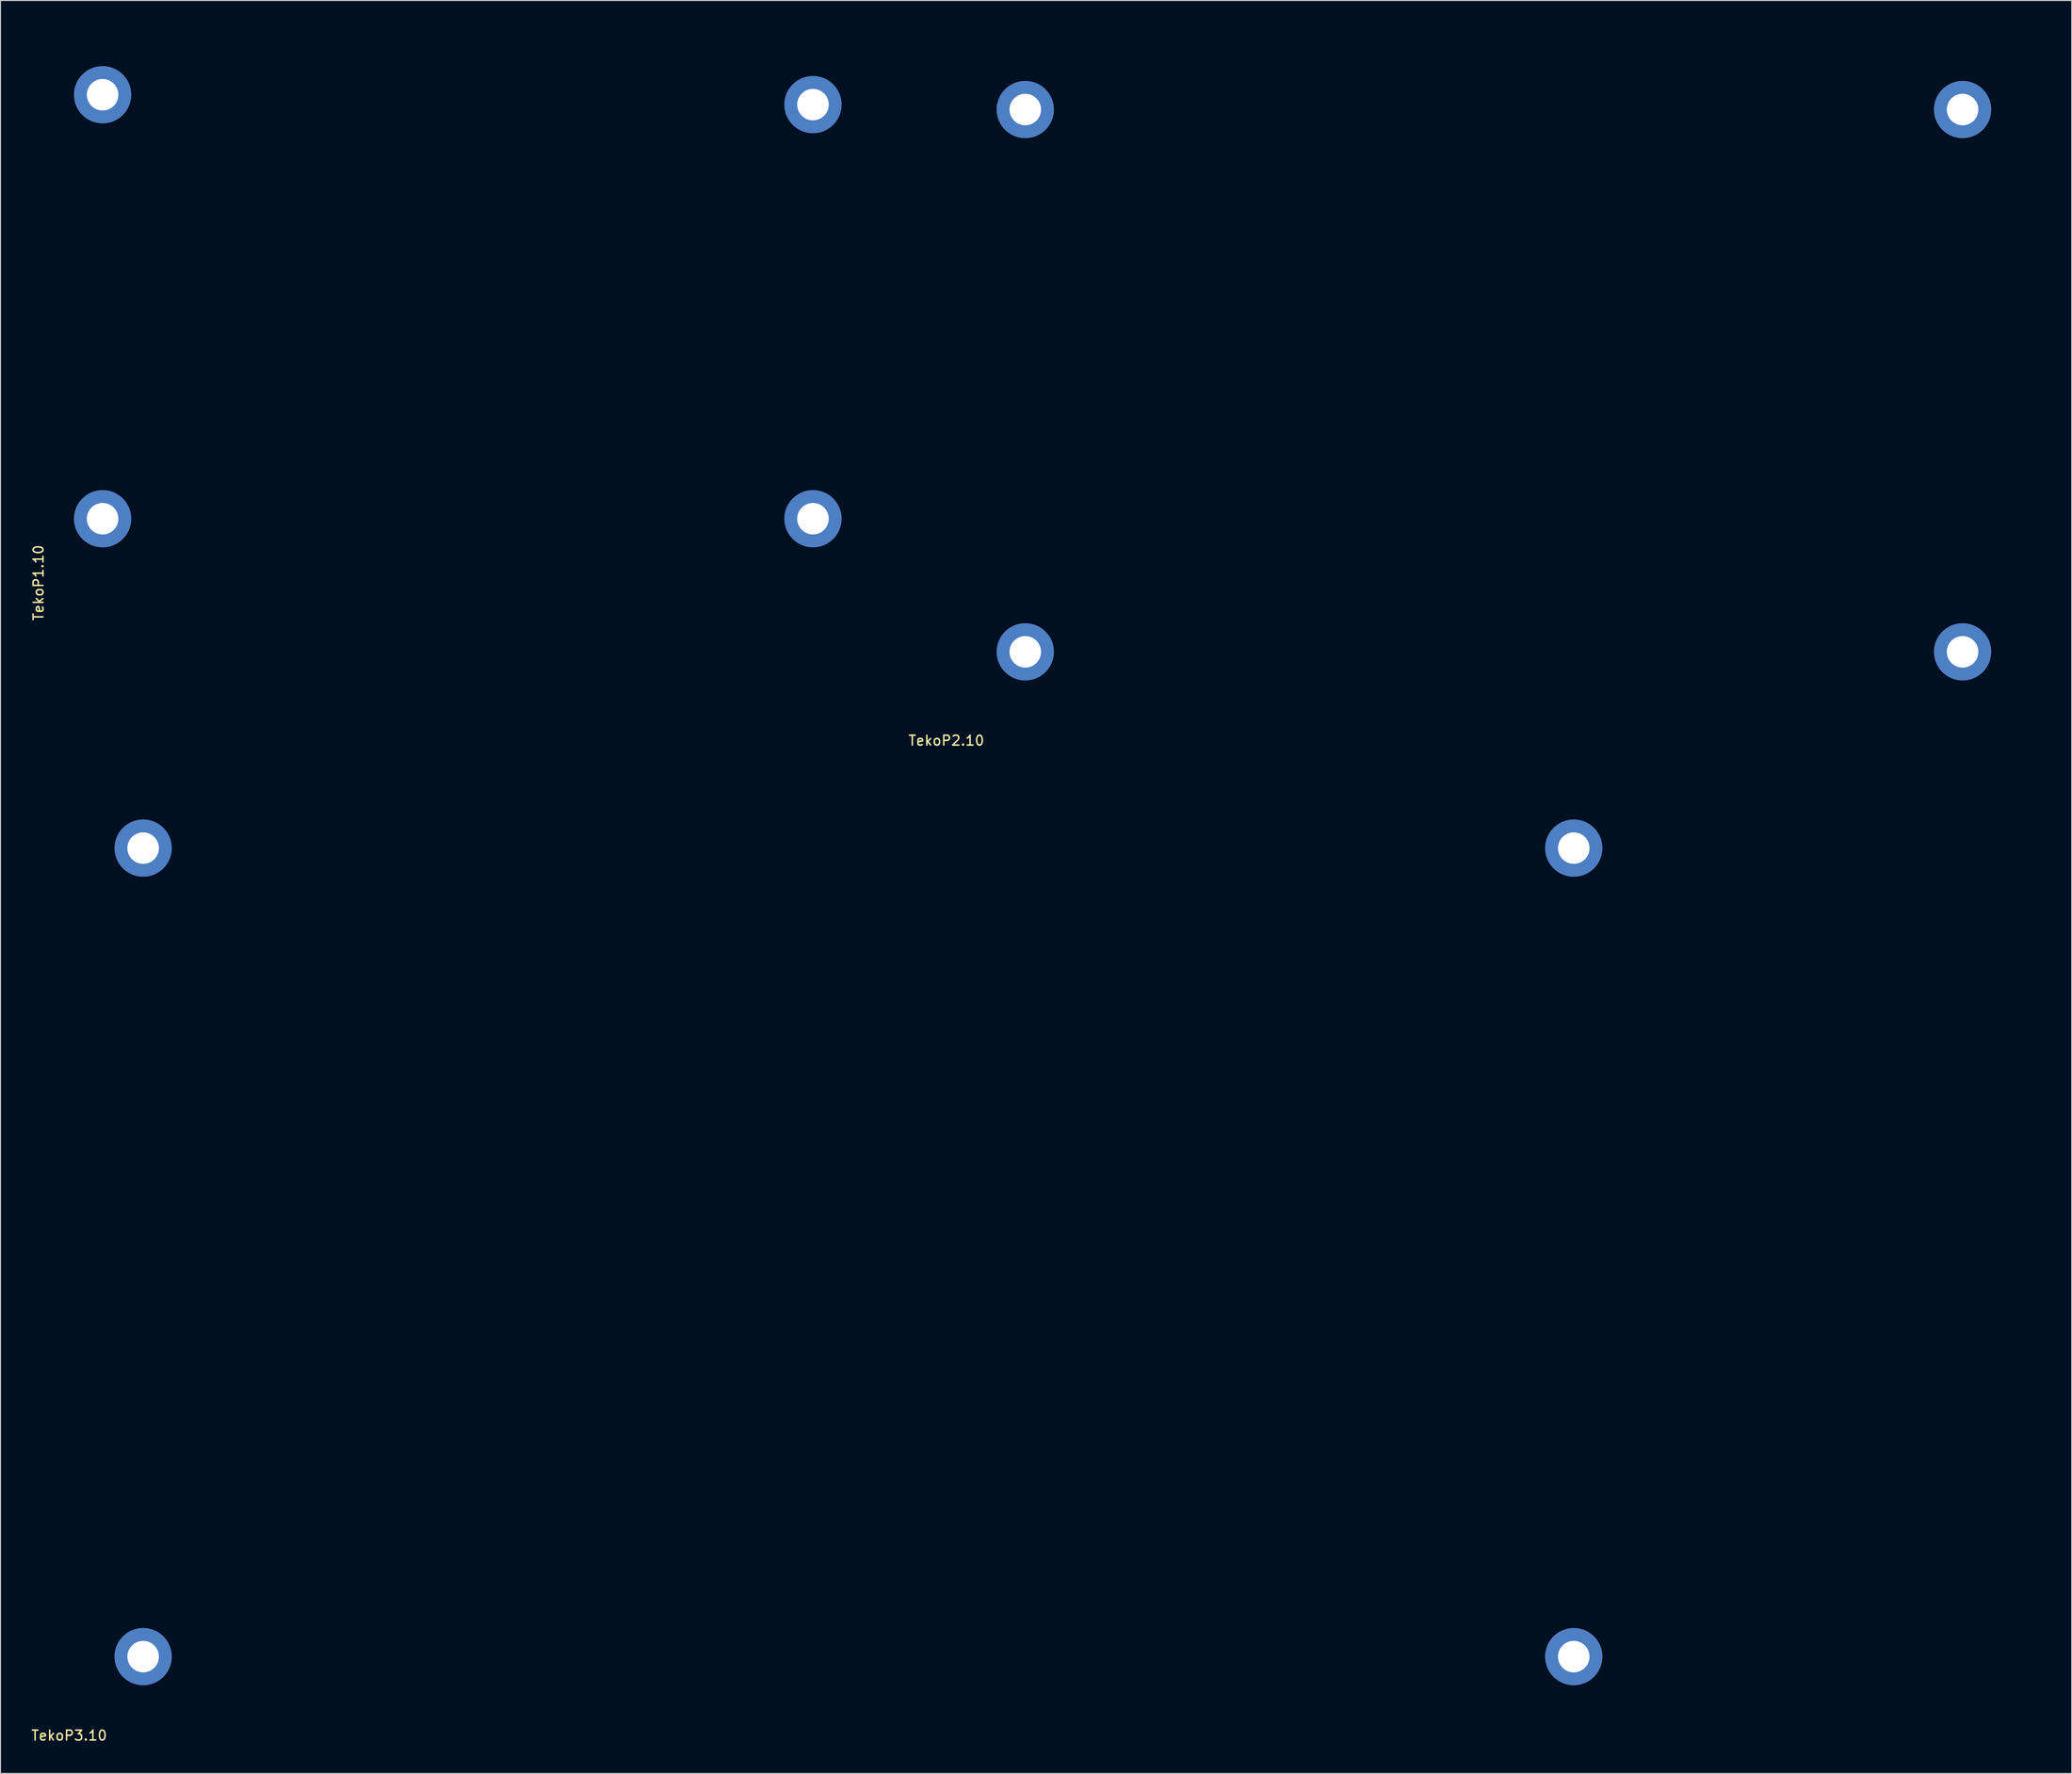
<source format=kicad_pcb>
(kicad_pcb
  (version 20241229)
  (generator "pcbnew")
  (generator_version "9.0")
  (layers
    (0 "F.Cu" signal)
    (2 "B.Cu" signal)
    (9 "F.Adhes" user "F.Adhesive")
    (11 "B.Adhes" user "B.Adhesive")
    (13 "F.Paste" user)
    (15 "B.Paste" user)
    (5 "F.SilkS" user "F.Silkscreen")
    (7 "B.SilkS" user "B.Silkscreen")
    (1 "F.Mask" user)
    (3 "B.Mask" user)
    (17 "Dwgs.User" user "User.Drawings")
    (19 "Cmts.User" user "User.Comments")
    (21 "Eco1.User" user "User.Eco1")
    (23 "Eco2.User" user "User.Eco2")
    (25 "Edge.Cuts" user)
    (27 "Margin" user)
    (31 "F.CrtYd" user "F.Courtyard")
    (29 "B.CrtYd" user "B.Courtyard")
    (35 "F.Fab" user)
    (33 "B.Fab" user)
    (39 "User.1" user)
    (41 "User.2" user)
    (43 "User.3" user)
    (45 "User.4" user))
  (footprint "TekoP2.10"
    (layer "F.Cu")
    (at 92.867 71.06)
    (property "Reference" "TekoP2.10" (at 0 1 0) (layer "F.SilkS") (effects (font (size 1 1) (thickness 0.15))))
    (attr through_hole)
    (fp_line (start 0 -71) (end 0 0) (stroke (width 0.12) (type solid)) (layer "Eco1.User"))
    (fp_line (start 0 0) (end 111 0) (stroke (width 0.12) (type solid)) (layer "Eco1.User"))
    (fp_line (start 2 -69) (end 2 -2) (stroke (width 0.12) (type solid)) (layer "Eco1.User"))
    (fp_line (start 2 -2) (end 109 -2) (stroke (width 0.12) (type solid)) (layer "Eco1.User"))
    (fp_line (start 109 -69) (end 2 -69) (stroke (width 0.12) (type solid)) (layer "Eco1.User"))
    (fp_line (start 109 -2) (end 109 -69) (stroke (width 0.12) (type solid)) (layer "Eco1.User"))
    (fp_line (start 111 -71) (end 0 -71) (stroke (width 0.12) (type solid)) (layer "Eco1.User"))
    (fp_line (start 111 0) (end 111 -71) (stroke (width 0.12) (type solid)) (layer "Eco1.User"))
    (pad "1" thru_hole circle (at 8 -8) (size 5.8 5.8) (drill 3.2) (layers "*.Cu" "*.Mask"))
    (pad "2" thru_hole circle (at 103 -8) (size 5.8 5.8) (drill 3.2) (layers "*.Cu" "*.Mask"))
    (pad "3" thru_hole circle (at 8 -63) (size 5.8 5.8) (drill 3.2) (layers "*.Cu" "*.Mask"))
    (pad "4" thru_hole circle (at 103 -63) (size 5.8 5.8) (drill 3.2) (layers "*.Cu" "*.Mask")))
  (footprint "TekoP1.10"
    (layer "F.Cu")
    (at 0.848 56.06)
    (property "Reference" "TekoP1.10" (at 0 0 90) (layer "F.SilkS") (effects (font (size 1 1) (thickness 0.15))))
    (attr through_hole)
    (fp_line (start 0 -56) (end 85 -56) (stroke (width 0.12) (type solid)) (layer "Eco1.User"))
    (fp_line (start 0 0) (end 0 -56) (stroke (width 0.12) (type solid)) (layer "Eco1.User"))
    (fp_line (start 0 0) (end 85 0) (stroke (width 0.12) (type solid)) (layer "Eco1.User"))
    (fp_line (start 2 -54) (end 83 -54) (stroke (width 0.12) (type solid)) (layer "Eco1.User"))
    (fp_line (start 2 -2) (end 2 -54) (stroke (width 0.12) (type solid)) (layer "Eco1.User"))
    (fp_line (start 83 -54) (end 83 -2) (stroke (width 0.12) (type solid)) (layer "Eco1.User"))
    (fp_line (start 83 -2) (end 2 -2) (stroke (width 0.12) (type solid)) (layer "Eco1.User"))
    (fp_line (start 85 0) (end 85 -56) (stroke (width 0.12) (type solid)) (layer "Eco1.User"))
    (pad "1" thru_hole circle (at 6.5 -6.5) (size 5.8 5.8) (drill 3.2) (layers "*.Cu" "*.Mask"))
    (pad "2" thru_hole circle (at 78.5 -6.5) (size 5.8 5.8) (drill 3.2) (layers "*.Cu" "*.Mask"))
    (pad "3" thru_hole circle (at 6.5 -49.5) (size 5.8 5.8) (drill 3.2) (layers "*.Cu" "*.Mask"))
    (pad "4" thru_hole circle (at 78.5 -48.5) (size 5.8 5.8) (drill 3.2) (layers "*.Cu" "*.Mask")))
  (footprint "TekoP3.10"
    (layer "F.Cu")
    (at 3.958 171.968)
    (property "Reference" "TekoP3.10" (at 0 1 0) (layer "F.SilkS") (effects (font (size 1 1) (thickness 0.15))))
    (attr through_hole)
    (fp_line (start 0 -96) (end 0 0) (stroke (width 0.12) (type solid)) (layer "Eco1.User"))
    (fp_line (start 0 0) (end 160 0) (stroke (width 0.12) (type solid)) (layer "Eco1.User"))
    (fp_line (start 2 -94) (end 2 -2) (stroke (width 0.12) (type solid)) (layer "Eco1.User"))
    (fp_line (start 2 -2) (end 158 -2) (stroke (width 0.12) (type solid)) (layer "Eco1.User"))
    (fp_line (start 158 -94) (end 2 -94) (stroke (width 0.12) (type solid)) (layer "Eco1.User"))
    (fp_line (start 158 -2) (end 158 -94) (stroke (width 0.12) (type solid)) (layer "Eco1.User"))
    (fp_line (start 160 -96) (end 0 -96) (stroke (width 0.12) (type solid)) (layer "Eco1.User"))
    (fp_line (start 160 0) (end 160 -96) (stroke (width 0.12) (type solid)) (layer "Eco1.User"))
    (pad "1" thru_hole circle (at 7.5 -7) (size 5.8 5.8) (drill 3.2) (layers "*.Cu" "*.Mask"))
    (pad "2" thru_hole circle (at 152.5 -7) (size 5.8 5.8) (drill 3.2) (layers "*.Cu" "*.Mask"))
    (pad "3" thru_hole circle (at 7.5 -89) (size 5.8 5.8) (drill 3.2) (layers "*.Cu" "*.Mask"))
    (pad "4" thru_hole circle (at 152.5 -89) (size 5.8 5.8) (drill 3.2) (layers "*.Cu" "*.Mask")))
  (gr_rect
    (start -3 -3)
    (end 206.927 176.816)
    (stroke (width 0.1) (type default))
    (fill no)
    (layer "Edge.Cuts")))
</source>
